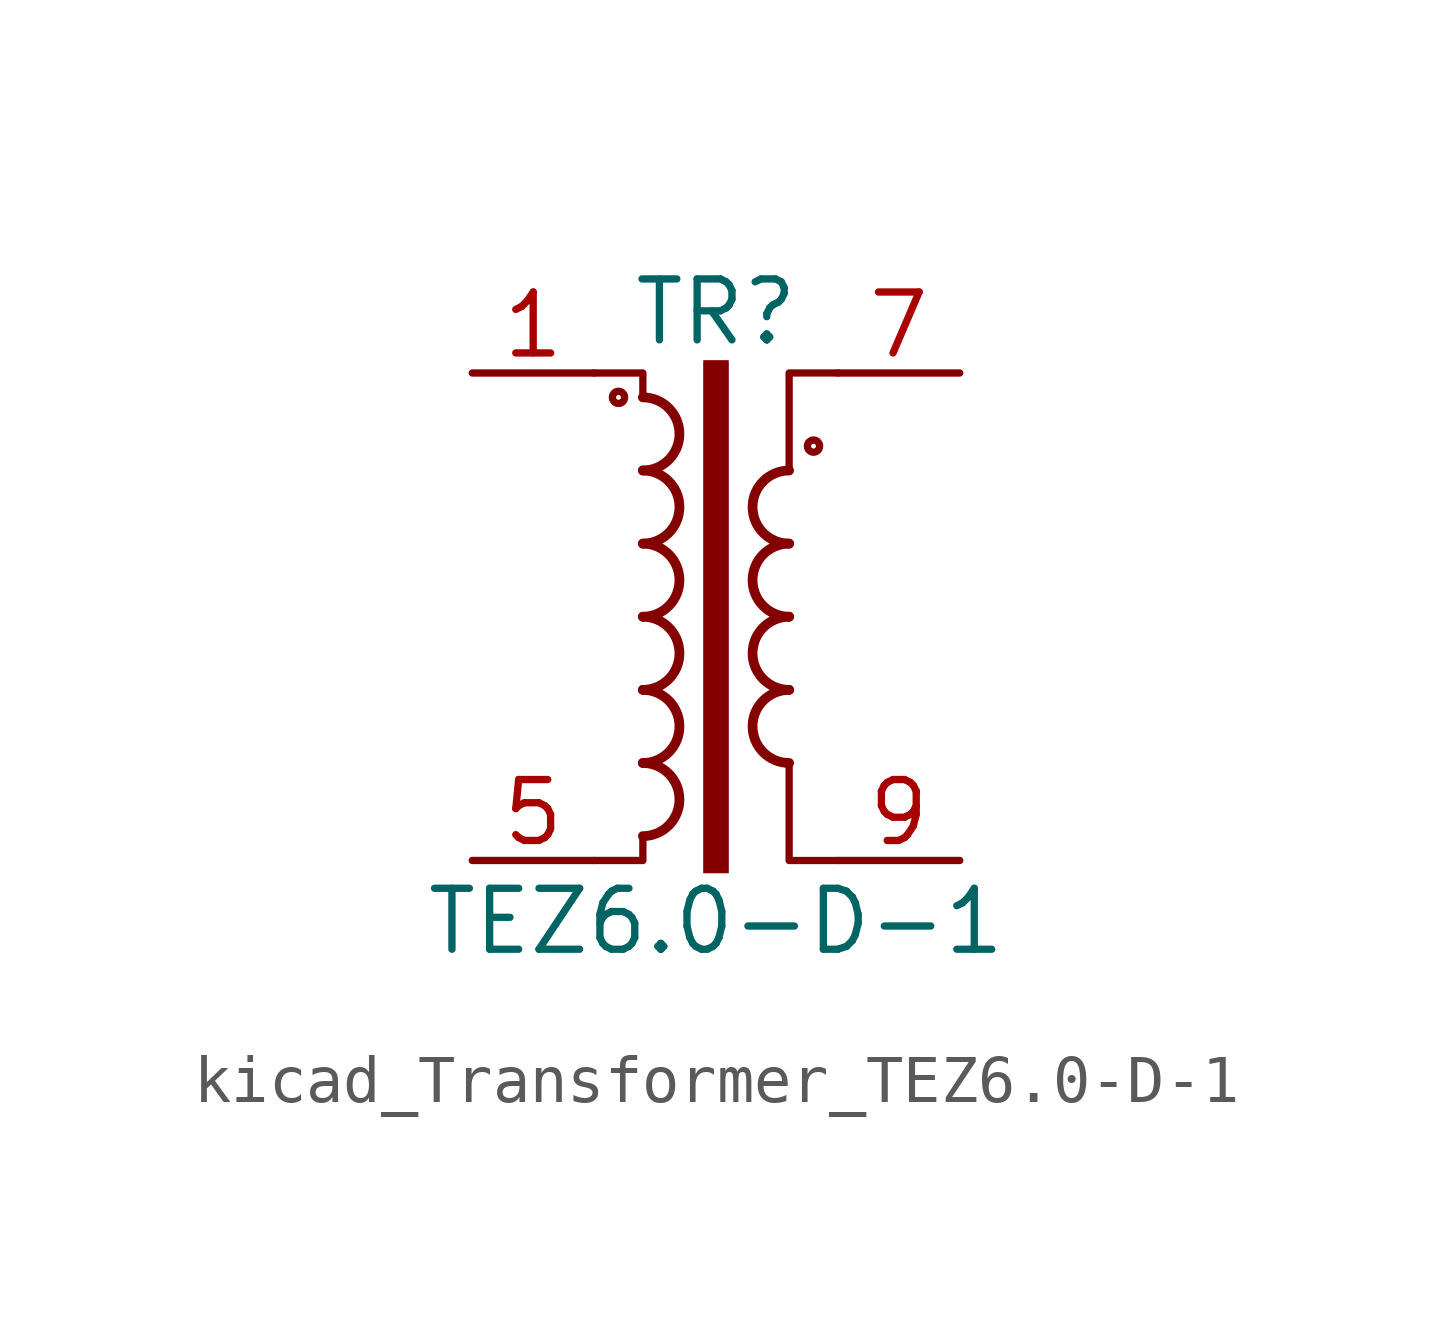
<source format=kicad_sym>
(kicad_symbol_lib
  (version 20220914)
  (generator kicad_symbol_editor)
  (symbol "kicad_Transformer_TEZ6.0-D-1"
    (pin_names
      (offset 0.025))
    (property "Reference" "TR"
      (at 0 6.35 0)
      (effects (font (size 1.27 1.27))))
    (property "Value" "TEZ6.0-D-1"
      (at 0 -6.35 0)
      (effects (font (size 1.27 1.27))))
    (symbol "kicad_Transformer_TEZ6.0-D-1_0_1"
      (circle (center -2.032 4.572) (radius 0.127) (stroke (width 0) (type default)) (fill (type none)))
      (arc (start -1.524 -4.572) (mid -0.7653 -3.81) (end -1.524 -3.048) (stroke (width 0.2032) (type default)) (fill (type none)))
      (arc (start -1.524 -3.048) (mid -0.7653 -2.286) (end -1.524 -1.524) (stroke (width 0.2032) (type default)) (fill (type none)))
      (arc (start -1.524 -1.524) (mid -0.7653 -0.762) (end -1.524 0) (stroke (width 0.2032) (type default)) (fill (type none)))
      (arc (start -1.524 0) (mid -0.7653 0.762) (end -1.524 1.524) (stroke (width 0.2032) (type default)) (fill (type none)))
      (arc (start -1.524 1.524) (mid -0.7653 2.286) (end -1.524 3.048) (stroke (width 0.2032) (type default)) (fill (type none)))
      (arc (start -1.524 3.048) (mid -0.7653 3.81) (end -1.524 4.572) (stroke (width 0.2032) (type default)) (fill (type none)))
      (rectangle (start -0.254 5.334) (end 0.254 -5.334) (stroke (width 0.025) (type default)) (fill (type outline)))
      (polyline (pts (xy -1.524 -4.572) (xy -1.524 -5.08) (xy -2.54 -5.08)) (stroke (width 0) (type default)) (fill (type none)))
      (polyline (pts (xy -1.524 4.572) (xy -1.524 5.08) (xy -2.54 5.08)) (stroke (width 0) (type default)) (fill (type none)))
      (polyline (pts (xy 1.524 3.048) (xy 1.524 5.08) (xy 2.54 5.08) (xy 2.54 5.08)) (stroke (width 0.152) (type default)) (fill (type none)))
      (polyline (pts (xy 2.54 -5.08) (xy 1.524 -5.08) (xy 1.524 -3.048) (xy 1.524 -3.048)) (stroke (width 0.152) (type default)) (fill (type none)))
      (arc (start 1.524 -1.524) (mid 0.7653 -2.286) (end 1.524 -3.048) (stroke (width 0.2032) (type default)) (fill (type none)))
      (arc (start 1.524 0) (mid 0.7653 -0.762) (end 1.524 -1.524) (stroke (width 0.2032) (type default)) (fill (type none)))
      (arc (start 1.524 1.524) (mid 0.7653 0.762) (end 1.524 0) (stroke (width 0.2032) (type default)) (fill (type none)))
      (arc (start 1.524 3.048) (mid 0.7653 2.286) (end 1.524 1.524) (stroke (width 0.2032) (type default)) (fill (type none)))
      (circle (center 2.032 3.556) (radius 0.127) (stroke (width 0) (type default)) (fill (type none))))
    (symbol "kicad_Transformer_TEZ6.0-D-1_1_1"
      (pin passive line (at -5.08 5.08 0) (length 2.54) (name "~" (effects (font (size 1.27 1.27)))) (number "1" (effects (font (size 1.27 1.27)))))
      (pin passive line (at -5.08 -5.08 0) (length 2.54) (name "~" (effects (font (size 1.27 1.27)))) (number "5" (effects (font (size 1.27 1.27)))))
      (pin passive line (at 5.08 5.08 180) (length 2.54) (name "~" (effects (font (size 1.27 1.27)))) (number "7" (effects (font (size 1.27 1.27)))))
      (pin passive line (at 5.08 -5.08 180) (length 2.54) (name "~" (effects (font (size 1.27 1.27)))) (number "9" (effects (font (size 1.27 1.27))))))))
</source>
